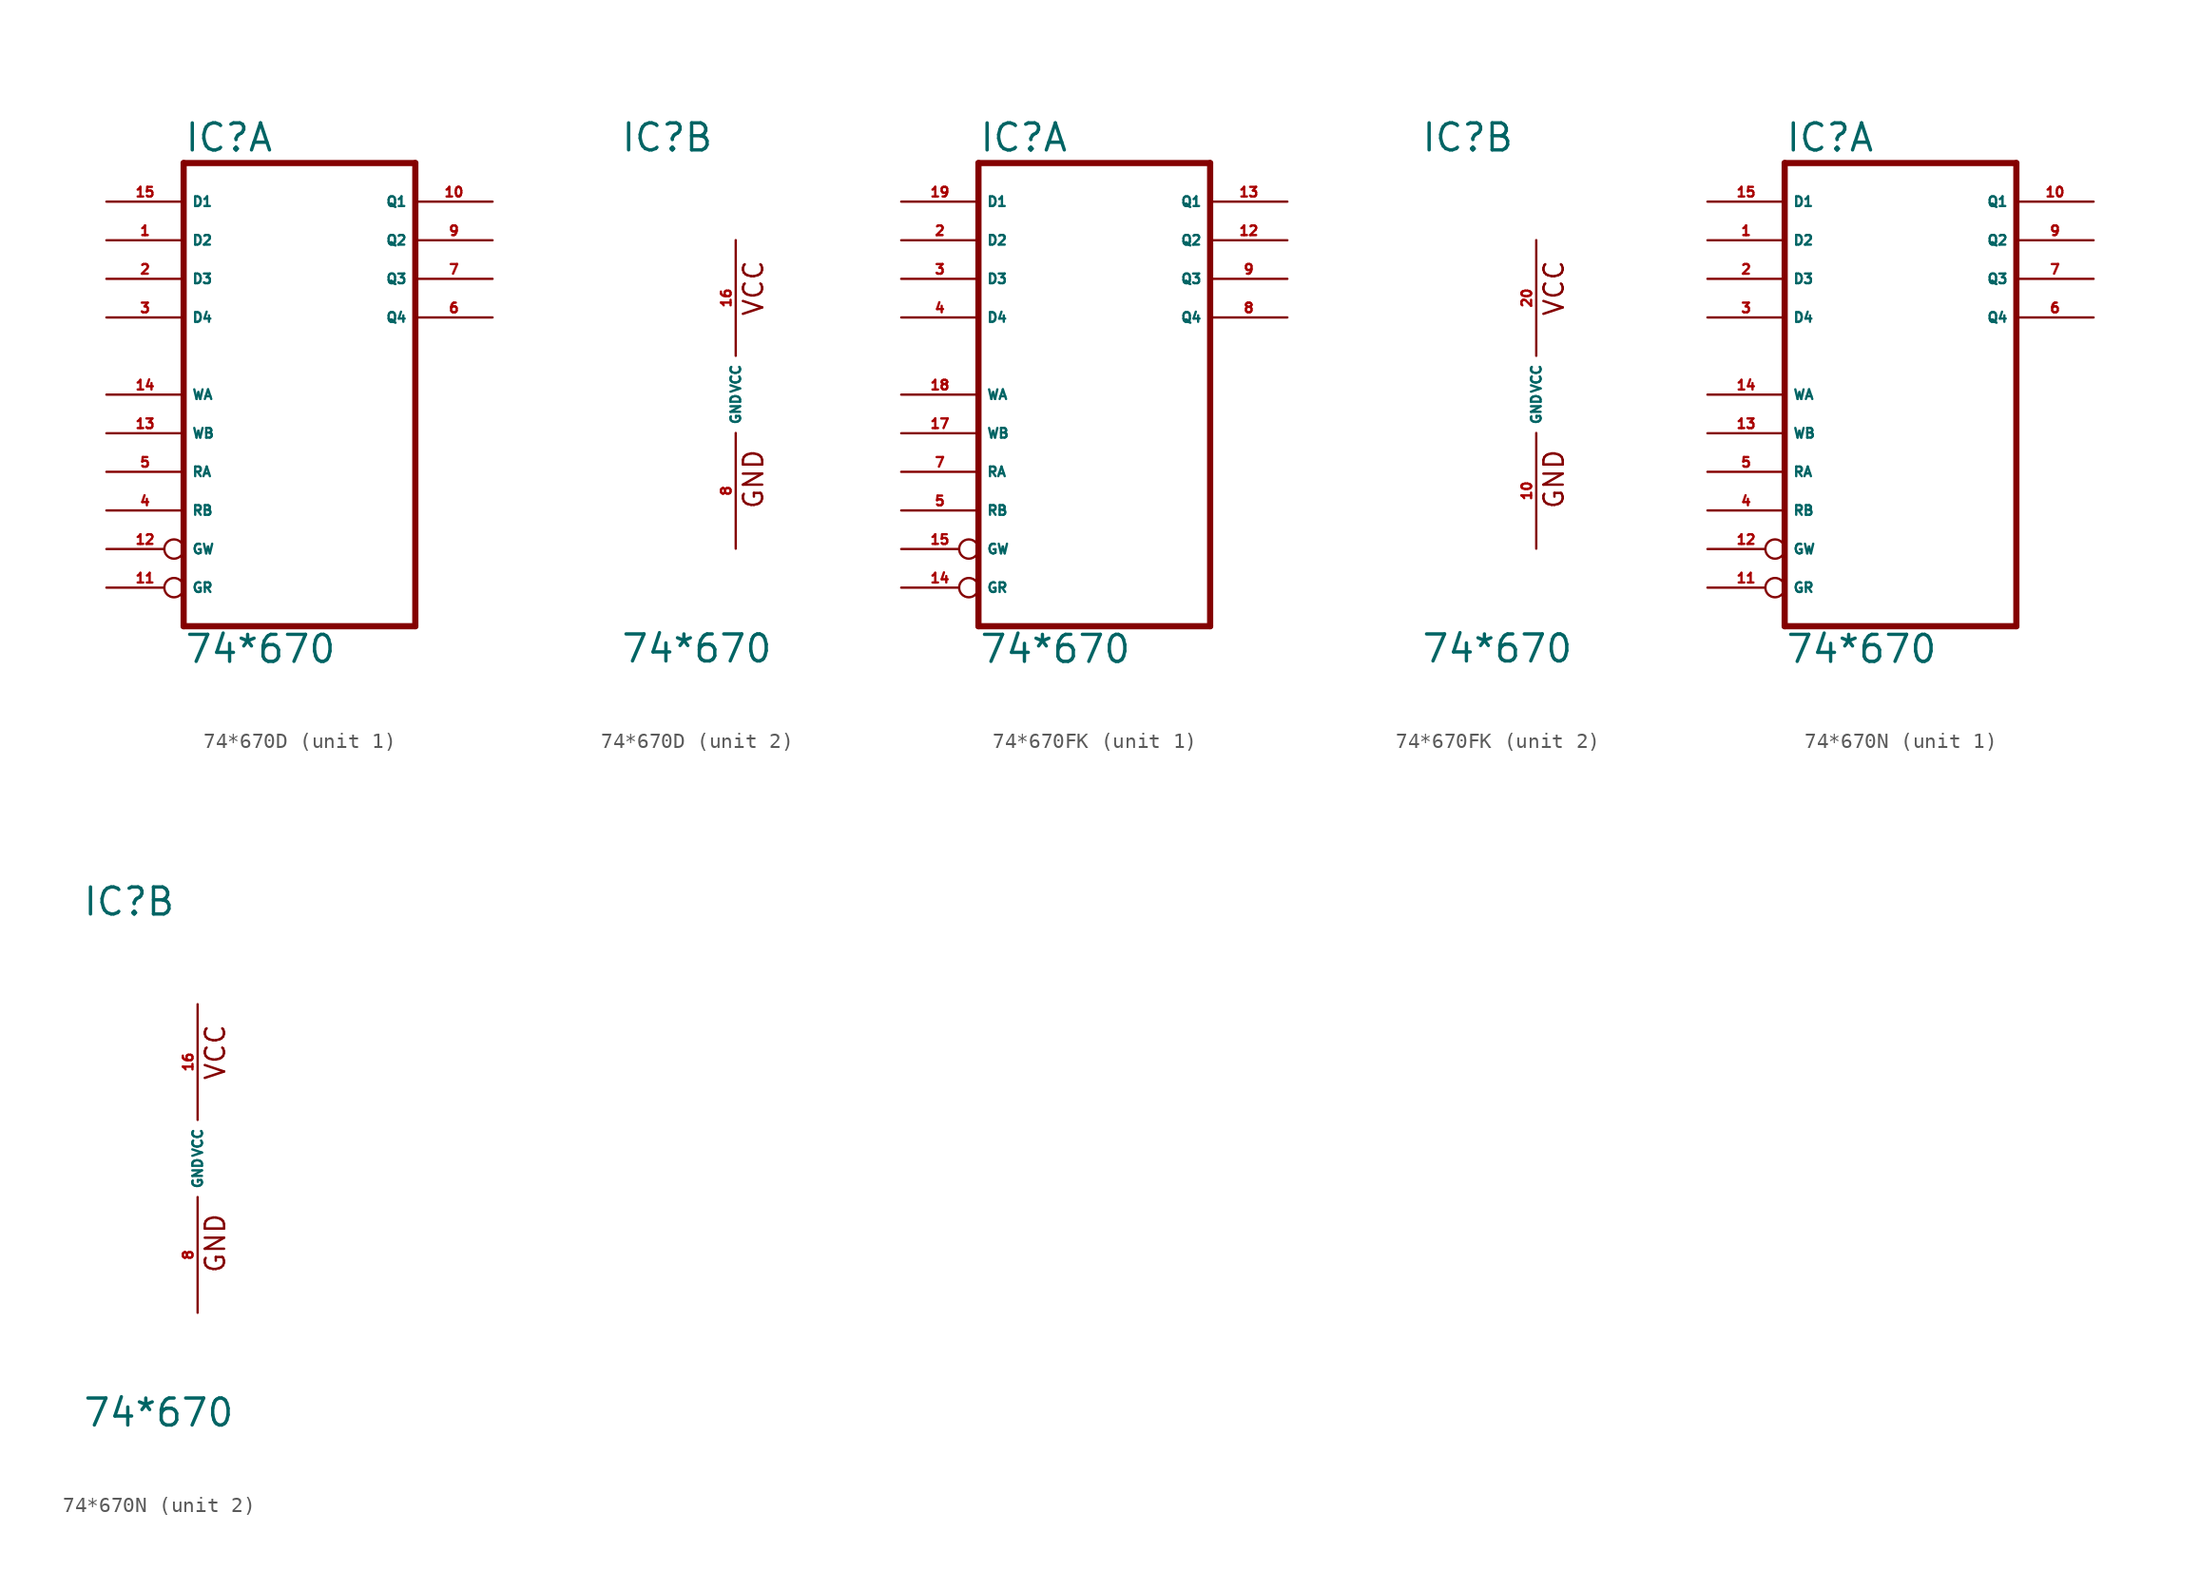
<source format=kicad_sym>
(kicad_symbol_lib
  (version 20220914)
  (generator Eagle2Kicad)
  (symbol "74*670D"
    (property "Reference" "IC"
      (at -7.62 15.875 0)
      (effects (font (size 1.778 1.778) (thickness 0.22)) (justify left bottom)))
    (property "Value" "74*670"
      (at -7.62 -17.78 0)
      (effects (font (size 1.778 1.778) (thickness 0.22)) (justify left bottom)))
    (symbol "74*670D_1_0"
      (polyline (pts (xy -7.62 -15.24) (xy 7.62 -15.24)) (stroke (width 0.406) (type default)) (fill (type none)))
      (polyline (pts (xy 7.62 -15.24) (xy 7.62 15.24)) (stroke (width 0.406) (type default)) (fill (type none)))
      (polyline (pts (xy 7.62 15.24) (xy -7.62 15.24)) (stroke (width 0.406) (type default)) (fill (type none)))
      (polyline (pts (xy -7.62 15.24) (xy -7.62 -15.24)) (stroke (width 0.406) (type default)) (fill (type none)))
      (pin input line (at -12.7 10.16 0) (length 5.08) (name "D2" (effects (font (size 0.635 0.635) (thickness 0.08)) (justify left bottom))) (number "1" (effects (font (size 0.635 0.635) (thickness 0.08)) (justify left bottom))))
      (pin input line (at -12.7 7.62 0) (length 5.08) (name "D3" (effects (font (size 0.635 0.635) (thickness 0.08)) (justify left bottom))) (number "2" (effects (font (size 0.635 0.635) (thickness 0.08)) (justify left bottom))))
      (pin input line (at -12.7 5.08 0) (length 5.08) (name "D4" (effects (font (size 0.635 0.635) (thickness 0.08)) (justify left bottom))) (number "3" (effects (font (size 0.635 0.635) (thickness 0.08)) (justify left bottom))))
      (pin input line (at -12.7 -7.62 0) (length 5.08) (name "RB" (effects (font (size 0.635 0.635) (thickness 0.08)) (justify left bottom))) (number "4" (effects (font (size 0.635 0.635) (thickness 0.08)) (justify left bottom))))
      (pin input line (at -12.7 -5.08 0) (length 5.08) (name "RA" (effects (font (size 0.635 0.635) (thickness 0.08)) (justify left bottom))) (number "5" (effects (font (size 0.635 0.635) (thickness 0.08)) (justify left bottom))))
      (pin tri_state line (at 12.7 5.08 180) (length 5.08) (name "Q4" (effects (font (size 0.635 0.635) (thickness 0.08)) (justify left bottom))) (number "6" (effects (font (size 0.635 0.635) (thickness 0.08)) (justify left bottom))))
      (pin tri_state line (at 12.7 7.62 180) (length 5.08) (name "Q3" (effects (font (size 0.635 0.635) (thickness 0.08)) (justify left bottom))) (number "7" (effects (font (size 0.635 0.635) (thickness 0.08)) (justify left bottom))))
      (pin tri_state line (at 12.7 10.16 180) (length 5.08) (name "Q2" (effects (font (size 0.635 0.635) (thickness 0.08)) (justify left bottom))) (number "9" (effects (font (size 0.635 0.635) (thickness 0.08)) (justify left bottom))))
      (pin tri_state line (at 12.7 12.7 180) (length 5.08) (name "Q1" (effects (font (size 0.635 0.635) (thickness 0.08)) (justify left bottom))) (number "10" (effects (font (size 0.635 0.635) (thickness 0.08)) (justify left bottom))))
      (pin input inverted (at -12.7 -12.7 0) (length 5.08) (name "GR" (effects (font (size 0.635 0.635) (thickness 0.08)) (justify left bottom))) (number "11" (effects (font (size 0.635 0.635) (thickness 0.08)) (justify left bottom))))
      (pin input inverted (at -12.7 -10.16 0) (length 5.08) (name "GW" (effects (font (size 0.635 0.635) (thickness 0.08)) (justify left bottom))) (number "12" (effects (font (size 0.635 0.635) (thickness 0.08)) (justify left bottom))))
      (pin input line (at -12.7 -2.54 0) (length 5.08) (name "WB" (effects (font (size 0.635 0.635) (thickness 0.08)) (justify left bottom))) (number "13" (effects (font (size 0.635 0.635) (thickness 0.08)) (justify left bottom))))
      (pin input line (at -12.7 0 0) (length 5.08) (name "WA" (effects (font (size 0.635 0.635) (thickness 0.08)) (justify left bottom))) (number "14" (effects (font (size 0.635 0.635) (thickness 0.08)) (justify left bottom))))
      (pin input line (at -12.7 12.7 0) (length 5.08) (name "D1" (effects (font (size 0.635 0.635) (thickness 0.08)) (justify left bottom))) (number "15" (effects (font (size 0.635 0.635) (thickness 0.08)) (justify left bottom)))))
    (symbol "74*670D_2_0"
      (text "GND" (at 1.905 -7.62 900) (effects (font (size 1.27 1.27) (thickness 0.16)) (justify left bottom)))
      (text "VCC" (at 1.905 5.08 900) (effects (font (size 1.27 1.27) (thickness 0.16)) (justify left bottom)))
      (pin unspecified line (at 0 -10.16 90) (length 7.62) (name "GND" (effects (font (size 0.635 0.635) (thickness 0.08)) (justify left bottom))) (number "8" (effects (font (size 0.635 0.635) (thickness 0.08)) (justify left bottom))))
      (pin unspecified line (at 0 10.16 270) (length 7.62) (name "VCC" (effects (font (size 0.635 0.635) (thickness 0.08)) (justify left bottom))) (number "16" (effects (font (size 0.635 0.635) (thickness 0.08)) (justify left bottom))))))
  (symbol "74*670FK"
    (property "Reference" "IC"
      (at -7.62 15.875 0)
      (effects (font (size 1.778 1.778) (thickness 0.22)) (justify left bottom)))
    (property "Value" "74*670"
      (at -7.62 -17.78 0)
      (effects (font (size 1.778 1.778) (thickness 0.22)) (justify left bottom)))
    (symbol "74*670FK_1_0"
      (polyline (pts (xy -7.62 -15.24) (xy 7.62 -15.24)) (stroke (width 0.406) (type default)) (fill (type none)))
      (polyline (pts (xy 7.62 -15.24) (xy 7.62 15.24)) (stroke (width 0.406) (type default)) (fill (type none)))
      (polyline (pts (xy 7.62 15.24) (xy -7.62 15.24)) (stroke (width 0.406) (type default)) (fill (type none)))
      (polyline (pts (xy -7.62 15.24) (xy -7.62 -15.24)) (stroke (width 0.406) (type default)) (fill (type none)))
      (pin input line (at -12.7 10.16 0) (length 5.08) (name "D2" (effects (font (size 0.635 0.635) (thickness 0.08)) (justify left bottom))) (number "2" (effects (font (size 0.635 0.635) (thickness 0.08)) (justify left bottom))))
      (pin input line (at -12.7 7.62 0) (length 5.08) (name "D3" (effects (font (size 0.635 0.635) (thickness 0.08)) (justify left bottom))) (number "3" (effects (font (size 0.635 0.635) (thickness 0.08)) (justify left bottom))))
      (pin input line (at -12.7 5.08 0) (length 5.08) (name "D4" (effects (font (size 0.635 0.635) (thickness 0.08)) (justify left bottom))) (number "4" (effects (font (size 0.635 0.635) (thickness 0.08)) (justify left bottom))))
      (pin input line (at -12.7 -7.62 0) (length 5.08) (name "RB" (effects (font (size 0.635 0.635) (thickness 0.08)) (justify left bottom))) (number "5" (effects (font (size 0.635 0.635) (thickness 0.08)) (justify left bottom))))
      (pin input line (at -12.7 -5.08 0) (length 5.08) (name "RA" (effects (font (size 0.635 0.635) (thickness 0.08)) (justify left bottom))) (number "7" (effects (font (size 0.635 0.635) (thickness 0.08)) (justify left bottom))))
      (pin tri_state line (at 12.7 5.08 180) (length 5.08) (name "Q4" (effects (font (size 0.635 0.635) (thickness 0.08)) (justify left bottom))) (number "8" (effects (font (size 0.635 0.635) (thickness 0.08)) (justify left bottom))))
      (pin tri_state line (at 12.7 7.62 180) (length 5.08) (name "Q3" (effects (font (size 0.635 0.635) (thickness 0.08)) (justify left bottom))) (number "9" (effects (font (size 0.635 0.635) (thickness 0.08)) (justify left bottom))))
      (pin tri_state line (at 12.7 10.16 180) (length 5.08) (name "Q2" (effects (font (size 0.635 0.635) (thickness 0.08)) (justify left bottom))) (number "12" (effects (font (size 0.635 0.635) (thickness 0.08)) (justify left bottom))))
      (pin tri_state line (at 12.7 12.7 180) (length 5.08) (name "Q1" (effects (font (size 0.635 0.635) (thickness 0.08)) (justify left bottom))) (number "13" (effects (font (size 0.635 0.635) (thickness 0.08)) (justify left bottom))))
      (pin input inverted (at -12.7 -12.7 0) (length 5.08) (name "GR" (effects (font (size 0.635 0.635) (thickness 0.08)) (justify left bottom))) (number "14" (effects (font (size 0.635 0.635) (thickness 0.08)) (justify left bottom))))
      (pin input inverted (at -12.7 -10.16 0) (length 5.08) (name "GW" (effects (font (size 0.635 0.635) (thickness 0.08)) (justify left bottom))) (number "15" (effects (font (size 0.635 0.635) (thickness 0.08)) (justify left bottom))))
      (pin input line (at -12.7 -2.54 0) (length 5.08) (name "WB" (effects (font (size 0.635 0.635) (thickness 0.08)) (justify left bottom))) (number "17" (effects (font (size 0.635 0.635) (thickness 0.08)) (justify left bottom))))
      (pin input line (at -12.7 0 0) (length 5.08) (name "WA" (effects (font (size 0.635 0.635) (thickness 0.08)) (justify left bottom))) (number "18" (effects (font (size 0.635 0.635) (thickness 0.08)) (justify left bottom))))
      (pin input line (at -12.7 12.7 0) (length 5.08) (name "D1" (effects (font (size 0.635 0.635) (thickness 0.08)) (justify left bottom))) (number "19" (effects (font (size 0.635 0.635) (thickness 0.08)) (justify left bottom)))))
    (symbol "74*670FK_2_0"
      (text "GND" (at 1.905 -7.62 900) (effects (font (size 1.27 1.27) (thickness 0.16)) (justify left bottom)))
      (text "VCC" (at 1.905 5.08 900) (effects (font (size 1.27 1.27) (thickness 0.16)) (justify left bottom)))
      (pin unspecified line (at 0 -10.16 90) (length 7.62) (name "GND" (effects (font (size 0.635 0.635) (thickness 0.08)) (justify left bottom))) (number "10" (effects (font (size 0.635 0.635) (thickness 0.08)) (justify left bottom))))
      (pin unspecified line (at 0 10.16 270) (length 7.62) (name "VCC" (effects (font (size 0.635 0.635) (thickness 0.08)) (justify left bottom))) (number "20" (effects (font (size 0.635 0.635) (thickness 0.08)) (justify left bottom))))))
  (symbol "74*670N"
    (property "Reference" "IC"
      (at -7.62 15.875 0)
      (effects (font (size 1.778 1.778) (thickness 0.22)) (justify left bottom)))
    (property "Value" "74*670"
      (at -7.62 -17.78 0)
      (effects (font (size 1.778 1.778) (thickness 0.22)) (justify left bottom)))
    (symbol "74*670N_1_0"
      (polyline (pts (xy -7.62 -15.24) (xy 7.62 -15.24)) (stroke (width 0.406) (type default)) (fill (type none)))
      (polyline (pts (xy 7.62 -15.24) (xy 7.62 15.24)) (stroke (width 0.406) (type default)) (fill (type none)))
      (polyline (pts (xy 7.62 15.24) (xy -7.62 15.24)) (stroke (width 0.406) (type default)) (fill (type none)))
      (polyline (pts (xy -7.62 15.24) (xy -7.62 -15.24)) (stroke (width 0.406) (type default)) (fill (type none)))
      (pin input line (at -12.7 10.16 0) (length 5.08) (name "D2" (effects (font (size 0.635 0.635) (thickness 0.08)) (justify left bottom))) (number "1" (effects (font (size 0.635 0.635) (thickness 0.08)) (justify left bottom))))
      (pin input line (at -12.7 7.62 0) (length 5.08) (name "D3" (effects (font (size 0.635 0.635) (thickness 0.08)) (justify left bottom))) (number "2" (effects (font (size 0.635 0.635) (thickness 0.08)) (justify left bottom))))
      (pin input line (at -12.7 5.08 0) (length 5.08) (name "D4" (effects (font (size 0.635 0.635) (thickness 0.08)) (justify left bottom))) (number "3" (effects (font (size 0.635 0.635) (thickness 0.08)) (justify left bottom))))
      (pin input line (at -12.7 -7.62 0) (length 5.08) (name "RB" (effects (font (size 0.635 0.635) (thickness 0.08)) (justify left bottom))) (number "4" (effects (font (size 0.635 0.635) (thickness 0.08)) (justify left bottom))))
      (pin input line (at -12.7 -5.08 0) (length 5.08) (name "RA" (effects (font (size 0.635 0.635) (thickness 0.08)) (justify left bottom))) (number "5" (effects (font (size 0.635 0.635) (thickness 0.08)) (justify left bottom))))
      (pin tri_state line (at 12.7 5.08 180) (length 5.08) (name "Q4" (effects (font (size 0.635 0.635) (thickness 0.08)) (justify left bottom))) (number "6" (effects (font (size 0.635 0.635) (thickness 0.08)) (justify left bottom))))
      (pin tri_state line (at 12.7 7.62 180) (length 5.08) (name "Q3" (effects (font (size 0.635 0.635) (thickness 0.08)) (justify left bottom))) (number "7" (effects (font (size 0.635 0.635) (thickness 0.08)) (justify left bottom))))
      (pin tri_state line (at 12.7 10.16 180) (length 5.08) (name "Q2" (effects (font (size 0.635 0.635) (thickness 0.08)) (justify left bottom))) (number "9" (effects (font (size 0.635 0.635) (thickness 0.08)) (justify left bottom))))
      (pin tri_state line (at 12.7 12.7 180) (length 5.08) (name "Q1" (effects (font (size 0.635 0.635) (thickness 0.08)) (justify left bottom))) (number "10" (effects (font (size 0.635 0.635) (thickness 0.08)) (justify left bottom))))
      (pin input inverted (at -12.7 -12.7 0) (length 5.08) (name "GR" (effects (font (size 0.635 0.635) (thickness 0.08)) (justify left bottom))) (number "11" (effects (font (size 0.635 0.635) (thickness 0.08)) (justify left bottom))))
      (pin input inverted (at -12.7 -10.16 0) (length 5.08) (name "GW" (effects (font (size 0.635 0.635) (thickness 0.08)) (justify left bottom))) (number "12" (effects (font (size 0.635 0.635) (thickness 0.08)) (justify left bottom))))
      (pin input line (at -12.7 -2.54 0) (length 5.08) (name "WB" (effects (font (size 0.635 0.635) (thickness 0.08)) (justify left bottom))) (number "13" (effects (font (size 0.635 0.635) (thickness 0.08)) (justify left bottom))))
      (pin input line (at -12.7 0 0) (length 5.08) (name "WA" (effects (font (size 0.635 0.635) (thickness 0.08)) (justify left bottom))) (number "14" (effects (font (size 0.635 0.635) (thickness 0.08)) (justify left bottom))))
      (pin input line (at -12.7 12.7 0) (length 5.08) (name "D1" (effects (font (size 0.635 0.635) (thickness 0.08)) (justify left bottom))) (number "15" (effects (font (size 0.635 0.635) (thickness 0.08)) (justify left bottom)))))
    (symbol "74*670N_2_0"
      (text "GND" (at 1.905 -7.62 900) (effects (font (size 1.27 1.27) (thickness 0.16)) (justify left bottom)))
      (text "VCC" (at 1.905 5.08 900) (effects (font (size 1.27 1.27) (thickness 0.16)) (justify left bottom)))
      (pin unspecified line (at 0 -10.16 90) (length 7.62) (name "GND" (effects (font (size 0.635 0.635) (thickness 0.08)) (justify left bottom))) (number "8" (effects (font (size 0.635 0.635) (thickness 0.08)) (justify left bottom))))
      (pin unspecified line (at 0 10.16 270) (length 7.62) (name "VCC" (effects (font (size 0.635 0.635) (thickness 0.08)) (justify left bottom))) (number "16" (effects (font (size 0.635 0.635) (thickness 0.08)) (justify left bottom)))))))
</source>
